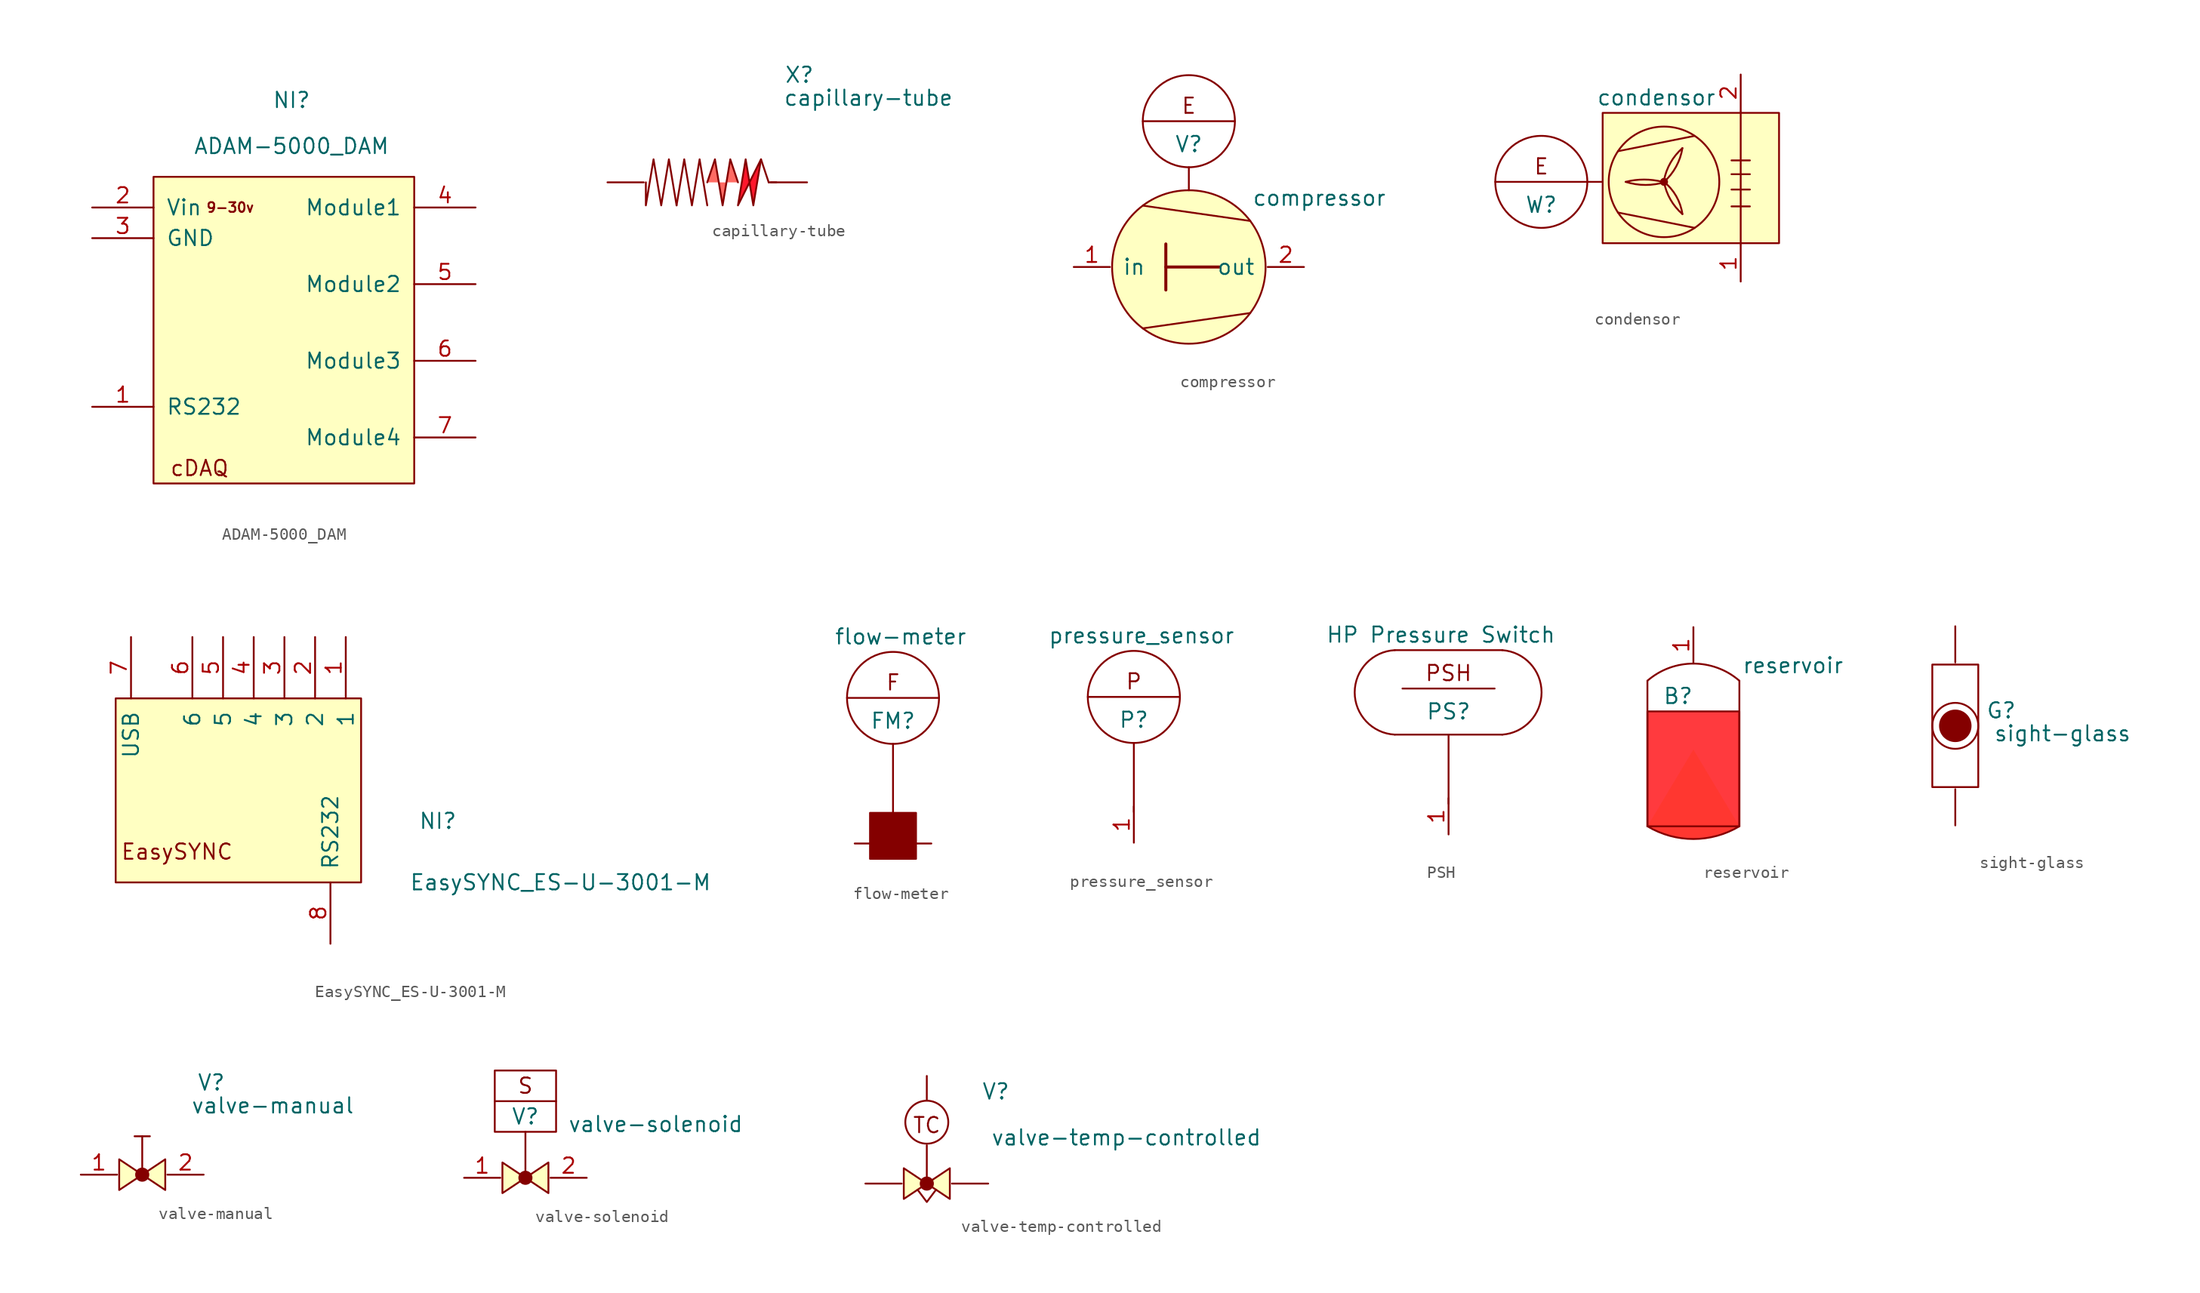
<source format=kicad_sym>
(kicad_symbol_lib
  (version 20220914)
  (generator kicad_symbol_editor)
  (symbol "ADAM-5000_DAM"
    (pin_names
      (offset 1.016))
    (property "Reference" "NI"
      (at 0 11.43 0)
      (effects (font (size 1.27 1.27))))
    (property "Value" "ADAM-5000_DAM"
      (at 0 7.62 0)
      (effects (font (size 1.27 1.27))))
    (symbol "ADAM-5000_DAM_0_0"
      (text "9-30v" (at -5.08 2.54 0) (effects (font (size 0.8 0.8))))
      (text "cDAQ" (at -7.62 -19.05 0) (effects (font (size 1.27 1.27)))))
    (symbol "ADAM-5000_DAM_0_1"
      (rectangle (start -11.43 -20.32) (end 10.16 5.08) (stroke (width 0) (type default)) (fill (type background))))
    (symbol "ADAM-5000_DAM_1_1"
      (pin bidirectional line (at -16.51 -13.97 0) (length 5.08) (name "RS232" (effects (font (size 1.27 1.27)))) (number "1" (effects (font (size 1.27 1.27)))))
      (pin input line (at -16.51 2.54 0) (length 5.08) (name "Vin" (effects (font (size 1.27 1.27)))) (number "2" (effects (font (size 1.27 1.27)))))
      (pin input line (at -16.51 0 0) (length 5.08) (name "GND" (effects (font (size 1.27 1.27)))) (number "3" (effects (font (size 1.27 1.27)))))
      (pin bidirectional line (at 15.24 2.54 180) (length 5.08) (name "Module1" (effects (font (size 1.27 1.27)))) (number "4" (effects (font (size 1.27 1.27)))))
      (pin bidirectional line (at 15.24 -3.81 180) (length 5.08) (name "Module2" (effects (font (size 1.27 1.27)))) (number "5" (effects (font (size 1.27 1.27)))))
      (pin bidirectional line (at 15.24 -10.16 180) (length 5.08) (name "Module3" (effects (font (size 1.27 1.27)))) (number "6" (effects (font (size 1.27 1.27)))))
      (pin bidirectional line (at 15.24 -16.51 180) (length 5.08) (name "Module4" (effects (font (size 1.27 1.27)))) (number "7" (effects (font (size 1.27 1.27)))))))
  (symbol "capillary-tube"
    (pin_numbers hide)
    (pin_names
      (offset 1.016) hide)
    (property "Reference" "X"
      (at 7.62 8.89 0)
      (effects (font (size 1.27 1.27))))
    (property "Value" "capillary-tube"
      (at 13.335 6.985 0)
      (effects (font (size 1.27 1.27))))
    (symbol "capillary-tube_0_1"
      (polyline (pts (xy 4.445 1.905) (xy 5.08 0)) (stroke (width 0) (type default)) (fill (type none)))
      (polyline (pts (xy 5.715 0) (xy 5.08 0)) (stroke (width 0) (type default)) (fill (type none)))
      (polyline (pts (xy 0 -1.905) (xy -0.635 1.905) (xy -1.27 -1.905) (xy -1.905 1.905) (xy -2.54 -1.905)) (stroke (width 0) (type default)) (fill (type none)))
      (polyline (pts (xy 2.54 -1.905) (xy 4.445 1.905) (xy 3.81 -1.905) (xy 3.175 1.905) (xy 2.54 -1.905)) (stroke (width 0) (type default)) (fill (type color) (color 255 23 44 1)))
      (polyline (pts (xy 2.54 0) (xy 1.905 1.905) (xy 1.27 -1.905) (xy 0.635 1.905) (xy 0 0)) (stroke (width 0) (type default)) (fill (type color) (color 255 107 99 1)))
      (polyline (pts (xy -2.54 -1.905) (xy -3.175 1.905) (xy -3.81 -1.905) (xy -4.445 1.905) (xy -5.08 -1.905) (xy -5.08 0)) (stroke (width 0) (type default)) (fill (type none))))
    (symbol "capillary-tube_1_1"
      (pin output line (at -8.255 0 0) (length 3) (name "in" (effects (font (size 1.27 1.27)))) (number "1" (effects (font (size 1.27 1.27)))))
      (pin output line (at 8.255 0 180) (length 3) (name "out" (effects (font (size 1.27 1.27)))) (number "2" (effects (font (size 1.27 1.27)))))))
  (symbol "compressor"
    (pin_names
      (offset 1.016))
    (property "Reference" "V"
      (at 0 10.16 0)
      (effects (font (size 1.27 1.27))))
    (property "Value" "compressor"
      (at 10.795 5.715 0)
      (effects (font (size 1.27 1.27))))
    (symbol "compressor_0_1"
      (polyline (pts (xy -3.81 -5.08) (xy 5.08 -3.81)) (stroke (width 0) (type default)) (fill (type none)))
      (polyline (pts (xy -3.81 5.08) (xy 5.08 3.81)) (stroke (width 0) (type default)) (fill (type none)))
      (polyline (pts (xy -3.81 12.065) (xy 3.81 12.065)) (stroke (width 0) (type default)) (fill (type none)))
      (polyline (pts (xy -1.905 0) (xy 2.54 0)) (stroke (width 0.25) (type default)) (fill (type none)))
      (polyline (pts (xy -1.905 1.905) (xy -1.905 -1.905)) (stroke (width 0.25) (type default)) (fill (type none)))
      (polyline (pts (xy 0 6.35) (xy 0 8.255)) (stroke (width 0) (type default)) (fill (type none)))
      (circle (center 0 0) (radius 6.35) (stroke (width 0) (type default)) (fill (type background)))
      (circle (center 0 12.065) (radius 3.81) (stroke (width 0) (type default)) (fill (type none)))
      (text "E" (at 0 13.335 0) (effects (font (size 1.27 1.27)))))
    (symbol "compressor_1_1"
      (pin output line (at -9.525 0 0) (length 3) (name "in" (effects (font (size 1.27 1.27)))) (number "1" (effects (font (size 1.27 1.27)))))
      (pin output line (at 9.525 0 180) (length 3) (name "out" (effects (font (size 1.27 1.27)))) (number "2" (effects (font (size 1.27 1.27)))))))
  (symbol "condensor"
    (pin_names
      (offset 1.016) hide)
    (property "Reference" "W"
      (at -16.51 -0.635 0)
      (effects (font (size 1.27 1.27))))
    (property "Value" "condensor"
      (at -6.985 8.255 0)
      (effects (font (size 1.27 1.27))))
    (symbol "condensor_0_1"
      (circle (center -16.51 1.27) (radius 3.81) (stroke (width 0) (type default)) (fill (type none)))
      (rectangle (start -11.43 6.985) (end 3.175 -3.81) (stroke (width 0) (type default)) (fill (type background)))
      (arc (start -9.525 1.27) (mid -7.874 1.0159) (end -6.223 1.27) (stroke (width 0) (type default)) (fill (type none)))
      (arc (start -6.477 1.27) (mid -8.001 1.4627) (end -9.525 1.27) (stroke (width 0) (type default)) (fill (type none)))
      (circle (center -6.35 1.27) (radius 0.254) (stroke (width 0) (type default)) (fill (type outline)))
      (arc (start -6.35 1.27) (mid -5.815 -0.1932) (end -4.826 -1.397) (stroke (width 0) (type default)) (fill (type none)))
      (arc (start -6.35 1.27) (mid -5.346 2.535) (end -4.826 4.064) (stroke (width 0) (type default)) (fill (type none)))
      (circle (center -6.35 1.27) (radius 4.579) (stroke (width 0) (type default)) (fill (type none)))
      (arc (start -4.826 -1.397) (mid -5.3347 0.0813) (end -6.35 1.27) (stroke (width 0) (type default)) (fill (type none)))
      (arc (start -4.826 4.064) (mid -5.811 2.8579) (end -6.35 1.397) (stroke (width 0) (type default)) (fill (type none)))
      (polyline (pts (xy -20.32 1.27) (xy -12.7 1.27)) (stroke (width 0) (type default)) (fill (type none)))
      (polyline (pts (xy -12.7 1.27) (xy -11.43 1.27)) (stroke (width 0) (type default)) (fill (type none)))
      (polyline (pts (xy -10.16 3.81) (xy -3.81 5.08)) (stroke (width 0) (type default)) (fill (type none)))
      (polyline (pts (xy -3.81 -2.54) (xy -10.16 -1.27)) (stroke (width 0) (type default)) (fill (type none)))
      (polyline (pts (xy -0.762 -0.762) (xy 0.762 -0.762)) (stroke (width 0) (type default)) (fill (type none)))
      (polyline (pts (xy -0.762 0.635) (xy 0.762 0.635)) (stroke (width 0) (type default)) (fill (type none)))
      (polyline (pts (xy -0.762 1.905) (xy 0.762 1.905)) (stroke (width 0) (type default)) (fill (type none)))
      (polyline (pts (xy -0.762 3.048) (xy 0.762 3.048)) (stroke (width 0) (type default)) (fill (type none)))
      (polyline (pts (xy 0 7.112) (xy 0 -3.937)) (stroke (width 0) (type default)) (fill (type none)))
      (text "E" (at -16.51 2.54 0) (effects (font (size 1.27 1.27)))))
    (symbol "condensor_1_1"
      (pin output line (at 0 -6.985 90) (length 3) (name "in" (effects (font (size 1.27 1.27)))) (number "1" (effects (font (size 1.27 1.27)))))
      (pin output line (at 0 10.16 270) (length 3) (name "out" (effects (font (size 1.27 1.27)))) (number "2" (effects (font (size 1.27 1.27)))))))
  (symbol "EasySYNC_ES-U-3001-M"
    (pin_names
      (offset 1.016))
    (property "Reference" "NI"
      (at 16.51 -5.08 0)
      (effects (font (size 1.27 1.27))))
    (property "Value" "EasySYNC_ES-U-3001-M"
      (at 26.67 -10.16 0)
      (effects (font (size 1.27 1.27))))
    (symbol "EasySYNC_ES-U-3001-M_0_0"
      (text "EasySYNC" (at -5.08 -7.62 0) (effects (font (size 1.27 1.27)))))
    (symbol "EasySYNC_ES-U-3001-M_0_1"
      (rectangle (start -10.16 5.08) (end 10.16 -10.16) (stroke (width 0) (type default)) (fill (type background))))
    (symbol "EasySYNC_ES-U-3001-M_1_1"
      (pin bidirectional line (at 8.89 10.16 270) (length 5.08) (name "1" (effects (font (size 1.27 1.27)))) (number "1" (effects (font (size 1.27 1.27)))))
      (pin bidirectional line (at 6.35 10.16 270) (length 5.08) (name "2" (effects (font (size 1.27 1.27)))) (number "2" (effects (font (size 1.27 1.27)))))
      (pin bidirectional line (at 3.81 10.16 270) (length 5.08) (name "3" (effects (font (size 1.27 1.27)))) (number "3" (effects (font (size 1.27 1.27)))))
      (pin bidirectional line (at 1.27 10.16 270) (length 5.08) (name "4" (effects (font (size 1.27 1.27)))) (number "4" (effects (font (size 1.27 1.27)))))
      (pin bidirectional line (at -1.27 10.16 270) (length 5.08) (name "5" (effects (font (size 1.27 1.27)))) (number "5" (effects (font (size 1.27 1.27)))))
      (pin bidirectional line (at -3.81 10.16 270) (length 5.08) (name "6" (effects (font (size 1.27 1.27)))) (number "6" (effects (font (size 1.27 1.27)))))
      (pin bidirectional line (at -8.89 10.16 270) (length 5.08) (name "USB" (effects (font (size 1.27 1.27)))) (number "7" (effects (font (size 1.27 1.27)))))
      (pin bidirectional line (at 7.62 -15.24 90) (length 5.08) (name "RS232" (effects (font (size 1.27 1.27)))) (number "8" (effects (font (size 1.27 1.27)))))))
  (symbol "flow-meter"
    (pin_numbers hide)
    (pin_names
      (offset 1.016) hide)
    (property "Reference" "FM"
      (at 0 10.16 0)
      (effects (font (size 1.27 1.27))))
    (property "Value" "flow-meter"
      (at 0.635 17.145 0)
      (effects (font (size 1.27 1.27))))
    (symbol "flow-meter_0_1"
      (rectangle (start -1.905 2.54) (end 1.905 -1.27) (stroke (width 0) (type default)) (fill (type outline)))
      (polyline (pts (xy -3.81 12.065) (xy 3.81 12.065)) (stroke (width 0) (type default)) (fill (type none)))
      (polyline (pts (xy 0 8.255) (xy 0 2.54)) (stroke (width 0) (type default)) (fill (type none)))
      (circle (center 0 12.065) (radius 3.81) (stroke (width 0) (type default)) (fill (type none)))
      (text "F" (at 0 13.335 0) (effects (font (size 1.27 1.27)))))
    (symbol "flow-meter_1_1"
      (pin output line (at -3.175 0 0) (length 3) (name "in" (effects (font (size 1.27 1.27)))) (number "1" (effects (font (size 1.27 1.27)))))
      (pin output line (at 3.175 0 180) (length 3) (name "out" (effects (font (size 1.27 1.27)))) (number "2" (effects (font (size 1.27 1.27)))))))
  (symbol "pressure_sensor"
    (pin_names
      (offset 1.016) hide)
    (property "Reference" "P"
      (at 0 10.16 0)
      (effects (font (size 1.27 1.27))))
    (property "Value" "pressure_sensor"
      (at 0.635 17.145 0)
      (effects (font (size 1.27 1.27))))
    (symbol "pressure_sensor_0_1"
      (polyline (pts (xy -3.81 12.065) (xy 3.81 12.065)) (stroke (width 0) (type default)) (fill (type none)))
      (polyline (pts (xy 0 8.255) (xy 0 2.54)) (stroke (width 0) (type default)) (fill (type none)))
      (circle (center 0 12.065) (radius 3.81) (stroke (width 0) (type default)) (fill (type none)))
      (text "P" (at 0 13.335 0) (effects (font (size 1.27 1.27)))))
    (symbol "pressure_sensor_1_1"
      (pin output line (at 0 0 90) (length 3) (name "in" (effects (font (size 1.27 1.27)))) (number "1" (effects (font (size 1.27 1.27)))))))
  (symbol "PSH"
    (pin_names
      (offset 1.016) hide)
    (property "Reference" "PS"
      (at 0 10.16 0)
      (effects (font (size 1.27 1.27))))
    (property "Value" "HP Pressure Switch"
      (at -0.635 16.51 0)
      (effects (font (size 1.27 1.27))))
    (symbol "PSH_0_1"
      (arc (start -4.445 15.24) (mid -7.7609 11.7475) (end -4.445 8.255) (stroke (width 0) (type default)) (fill (type none)))
      (polyline (pts (xy -4.445 8.255) (xy 4.445 8.255)) (stroke (width 0) (type default)) (fill (type none)))
      (polyline (pts (xy -4.445 15.24) (xy 4.445 15.24)) (stroke (width 0) (type default)) (fill (type none)))
      (polyline (pts (xy -3.81 12.065) (xy 3.81 12.065)) (stroke (width 0) (type default)) (fill (type none)))
      (polyline (pts (xy 0 8.255) (xy 0 2.54)) (stroke (width 0) (type default)) (fill (type none)))
      (arc (start 4.445 8.255) (mid 7.6905 11.7475) (end 4.445 15.24) (stroke (width 0) (type default)) (fill (type none)))
      (text "PSH" (at 0 13.335 0) (effects (font (size 1.27 1.27)))))
    (symbol "PSH_1_1"
      (pin output line (at 0 0 90) (length 3) (name "in" (effects (font (size 1.27 1.27)))) (number "1" (effects (font (size 1.27 1.27)))))))
  (symbol "reservoir"
    (pin_names
      (offset 1.016) hide)
    (property "Reference" "B"
      (at -1.27 4.445 0)
      (effects (font (size 1.27 1.27))))
    (property "Value" "reservoir"
      (at 8.255 6.985 0)
      (effects (font (size 1.27 1.27))))
    (symbol "reservoir_0_1"
      (arc (start -3.81 -6.35) (mid 0 -7.4034) (end 3.81 -6.35) (stroke (width 0) (type default)) (fill (type color) (color 255 55 48 1)))
      (rectangle (start -3.81 3.175) (end 3.81 -6.35) (stroke (width 0) (type default)) (fill (type color) (color 255 58 62 1)))
      (polyline (pts (xy -3.81 5.715) (xy -3.81 -6.35)) (stroke (width 0) (type default)) (fill (type none)))
      (polyline (pts (xy 3.81 5.715) (xy 3.81 -6.35)) (stroke (width 0) (type default)) (fill (type none)))
      (arc (start 3.81 5.715) (mid 0 7.1355) (end -3.81 5.715) (stroke (width 0) (type default)) (fill (type none))))
    (symbol "reservoir_1_1"
      (pin output line (at 0 10.16 270) (length 3) (name "in" (effects (font (size 1.27 1.27)))) (number "1" (effects (font (size 1.27 1.27)))))))
  (symbol "sight-glass"
    (pin_numbers hide)
    (pin_names
      (offset 1.016) hide)
    (property "Reference" "G"
      (at 3.81 1.27 0)
      (effects (font (size 1.27 1.27))))
    (property "Value" "sight-glass"
      (at 8.89 -0.635 0)
      (effects (font (size 1.27 1.27))))
    (symbol "sight-glass_0_1"
      (rectangle (start -1.905 5.08) (end 1.905 -5.08) (stroke (width 0) (type default)) (fill (type none)))
      (circle (center 0 0) (radius 1.27) (stroke (width 0) (type default)) (fill (type outline)))
      (circle (center 0 0) (radius 1.905) (stroke (width 0) (type default)) (fill (type none))))
    (symbol "sight-glass_1_1"
      (pin output line (at 0 -8.255 90) (length 3) (name "in" (effects (font (size 1.27 1.27)))) (number "1" (effects (font (size 1.27 1.27)))))
      (pin output line (at 0 8.255 270) (length 3) (name "out" (effects (font (size 1.27 1.27)))) (number "2" (effects (font (size 1.27 1.27)))))))
  (symbol "valve-manual"
    (pin_names
      (offset 1.016) hide)
    (property "Reference" "V"
      (at 5.715 7.62 0)
      (effects (font (size 1.27 1.27))))
    (property "Value" "valve-manual"
      (at 10.795 5.715 0)
      (effects (font (size 1.27 1.27))))
    (symbol "valve-manual_0_1"
      (polyline (pts (xy -0.635 3.175) (xy 0.635 3.175)) (stroke (width 0) (type default)) (fill (type none)))
      (polyline (pts (xy 0 0) (xy 0 3.175)) (stroke (width 0) (type default)) (fill (type none)))
      (polyline (pts (xy 0 0) (xy -1.905 1.27) (xy -1.905 -1.27) (xy 0 0)) (stroke (width 0) (type default)) (fill (type background)))
      (polyline (pts (xy 0 0) (xy 1.905 -1.27) (xy 1.905 1.27) (xy 0 0)) (stroke (width 0) (type default)) (fill (type background)))
      (circle (center 0 0) (radius 0.508) (stroke (width 0) (type default)) (fill (type outline))))
    (symbol "valve-manual_1_1"
      (pin output line (at -5.08 0 0) (length 3) (name "in" (effects (font (size 1.27 1.27)))) (number "1" (effects (font (size 1.27 1.27)))))
      (pin output line (at 5.08 0 180) (length 3) (name "out" (effects (font (size 1.27 1.27)))) (number "2" (effects (font (size 1.27 1.27)))))))
  (symbol "valve-solenoid"
    (pin_names
      (offset 1.016) hide)
    (property "Reference" "V"
      (at 0 5.08 0)
      (effects (font (size 1.27 1.27))))
    (property "Value" "valve-solenoid"
      (at 10.795 4.445 0)
      (effects (font (size 1.27 1.27))))
    (symbol "valve-solenoid_0_1"
      (rectangle (start -2.54 8.89) (end 2.54 3.81) (stroke (width 0) (type default)) (fill (type none)))
      (polyline (pts (xy -2.54 6.35) (xy 2.54 6.35)) (stroke (width 0) (type default)) (fill (type none)))
      (polyline (pts (xy 0 0) (xy 0 3.81)) (stroke (width 0) (type default)) (fill (type none)))
      (polyline (pts (xy 0 0) (xy -1.905 1.27) (xy -1.905 -1.27) (xy 0 0)) (stroke (width 0) (type default)) (fill (type background)))
      (polyline (pts (xy 0 0) (xy 1.905 -1.27) (xy 1.905 1.27) (xy 0 0)) (stroke (width 0) (type default)) (fill (type background)))
      (circle (center 0 0) (radius 0.508) (stroke (width 0) (type default)) (fill (type outline)))
      (text "S" (at 0 7.62 0) (effects (font (size 1.27 1.27)))))
    (symbol "valve-solenoid_1_1"
      (pin output line (at -5.08 0 0) (length 3) (name "in" (effects (font (size 1.27 1.27)))) (number "1" (effects (font (size 1.27 1.27)))))
      (pin output line (at 5.08 0 180) (length 3) (name "out" (effects (font (size 1.27 1.27)))) (number "2" (effects (font (size 1.27 1.27)))))))
  (symbol "valve-temp-controlled"
    (pin_numbers hide)
    (pin_names
      (offset 1.016) hide)
    (property "Reference" "V"
      (at 5.715 7.62 0)
      (effects (font (size 1.27 1.27))))
    (property "Value" "valve-temp-controlled"
      (at 16.51 3.81 0)
      (effects (font (size 1.27 1.27))))
    (symbol "valve-temp-controlled_0_1"
      (polyline (pts (xy 0 0) (xy 0 3.175)) (stroke (width 0) (type default)) (fill (type none)))
      (polyline (pts (xy -0.762 -0.508) (xy 0 -1.524) (xy 0.762 -0.508)) (stroke (width 0) (type default)) (fill (type none)))
      (polyline (pts (xy 0 0) (xy -1.905 1.27) (xy -1.905 -1.27) (xy 0 0)) (stroke (width 0) (type default)) (fill (type background)))
      (polyline (pts (xy 0 0) (xy 1.905 -1.27) (xy 1.905 1.27) (xy 0 0)) (stroke (width 0) (type default)) (fill (type background)))
      (circle (center 0 0) (radius 0.508) (stroke (width 0) (type default)) (fill (type outline)))
      (circle (center 0 5.08) (radius 1.778) (stroke (width 0) (type default)) (fill (type none)))
      (text "TC" (at 0 4.826 0) (effects (font (size 1.27 1.27)))))
    (symbol "valve-temp-controlled_1_1"
      (pin output line (at -5.08 0 0) (length 3) (name "in" (effects (font (size 1.27 1.27)))) (number "1" (effects (font (size 1.27 1.27)))))
      (pin output line (at 5.08 0 180) (length 3) (name "out" (effects (font (size 1.27 1.27)))) (number "2" (effects (font (size 1.27 1.27)))))
      (pin input line (at 0 8.906 270) (length 2) (name "ctrl" (effects (font (size 1.27 1.27)))) (number "3" (effects (font (size 1.27 1.27))))))))
</source>
